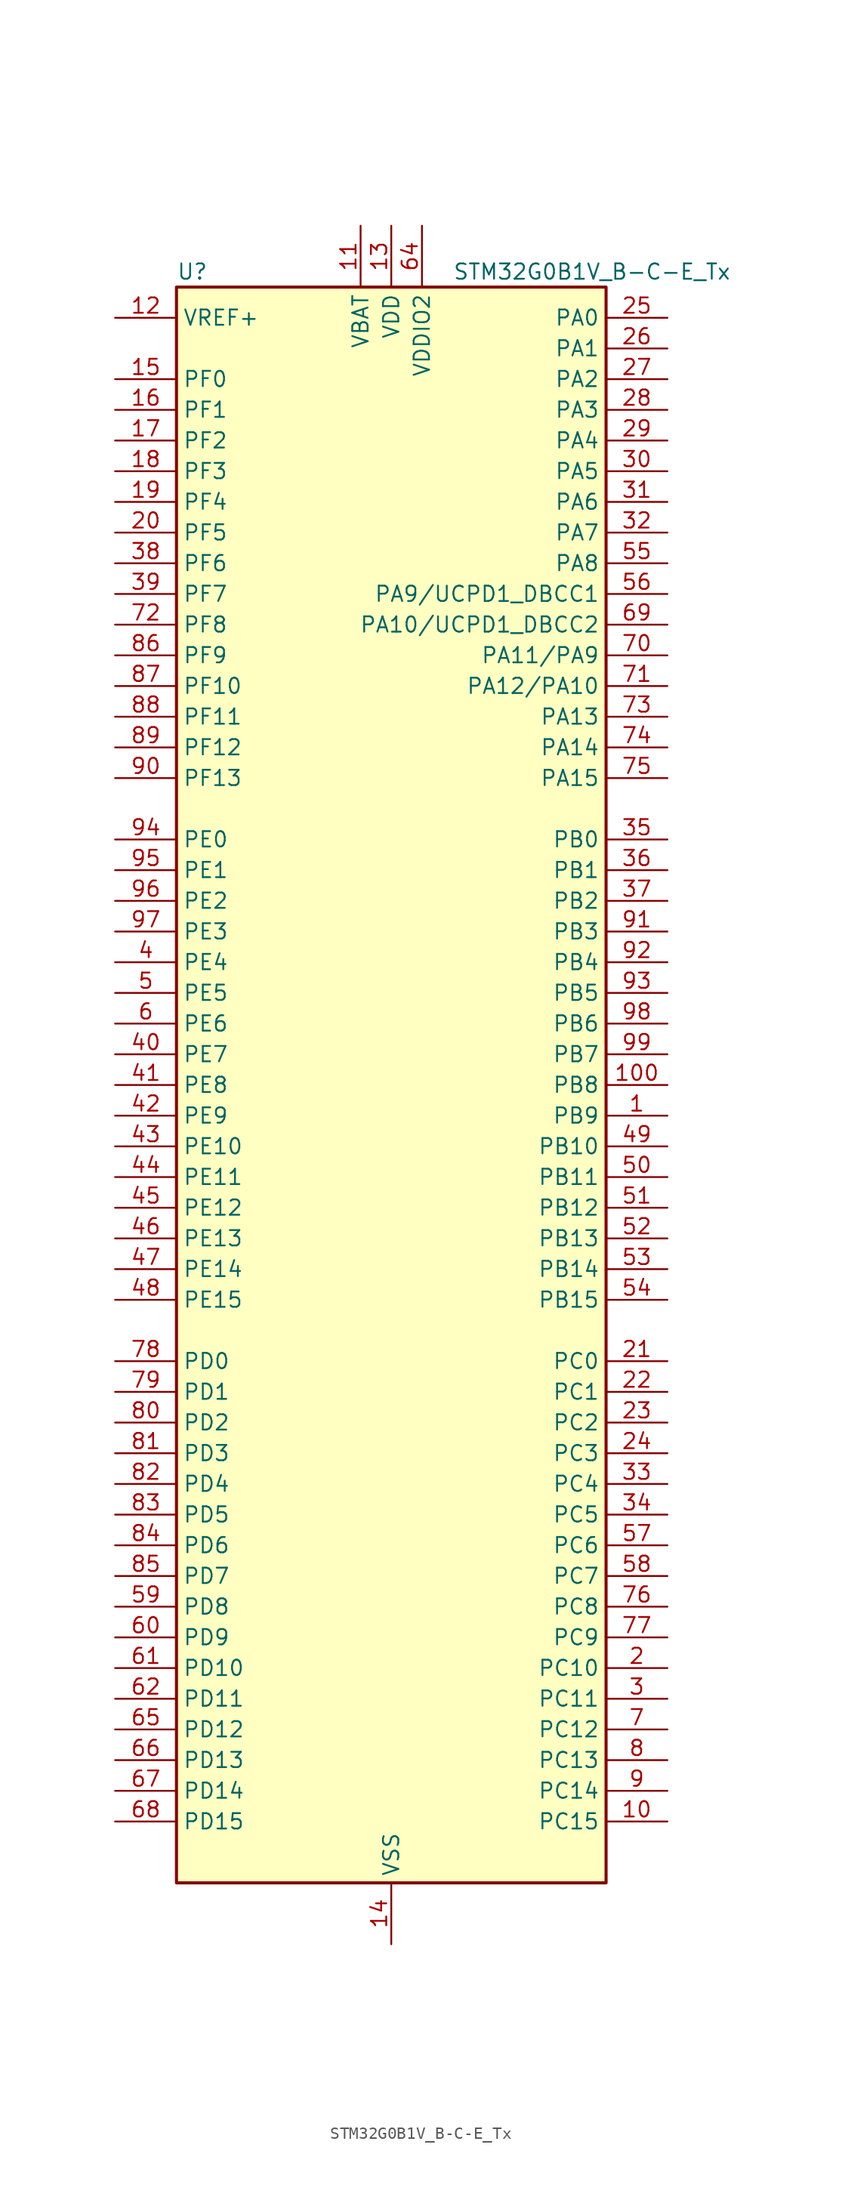
<source format=kicad_sym>
(kicad_symbol_lib
  (version 20220914)
  (generator kicad_symbol_editor)
  (symbol "STM32G0B1V_B-C-E_Tx"
    (property "Reference" "U"
      (at -17.78 67.31 0)
      (effects (font (size 1.27 1.27)) (justify left)))
    (property "Value" "STM32G0B1V_B-C-E_Tx"
      (at 5.08 67.31 0)
      (effects (font (size 1.27 1.27)) (justify left)))
    (property "ki_locked" ""
      (at 0 0 0)
      (effects (font (size 1.27 1.27))))
    (symbol "STM32G0B1V_B-C-E_Tx_0_1"
      (rectangle (start -17.78 -66.04) (end 17.78 66.04) (stroke (width 0.254) (type default)) (fill (type background))))
    (symbol "STM32G0B1V_B-C-E_Tx_1_1"
      (pin bidirectional line (at 22.86 -2.54 180) (length 5.08) (name "PB9" (effects (font (size 1.27 1.27)))) (number "1" (effects (font (size 1.27 1.27)))) (alternate "DAC1_EXTI9" bidirectional line) (alternate "FDCAN1_TX" bidirectional line) (alternate "I2C1_SDA" bidirectional line) (alternate "I2S2_WS" bidirectional line) (alternate "IR_OUT" bidirectional line) (alternate "SPI2_NSS" bidirectional line) (alternate "TIM17_CH1" bidirectional line) (alternate "TIM4_CH4" bidirectional line) (alternate "UCPD2_FRSTX1" bidirectional line) (alternate "UCPD2_FRSTX2" bidirectional line) (alternate "USART3_RX" bidirectional line) (alternate "USART6_RX" bidirectional line))
      (pin bidirectional line (at 22.86 -60.96 180) (length 5.08) (name "PC15" (effects (font (size 1.27 1.27)))) (number "10" (effects (font (size 1.27 1.27)))) (alternate "RCC_OSC32_EN" bidirectional line) (alternate "RCC_OSC32_OUT" bidirectional line) (alternate "RCC_OSC_EN" bidirectional line) (alternate "TIM15_BK" bidirectional line))
      (pin bidirectional line (at 22.86 0 180) (length 5.08) (name "PB8" (effects (font (size 1.27 1.27)))) (number "100" (effects (font (size 1.27 1.27)))) (alternate "CEC" bidirectional line) (alternate "FDCAN1_RX" bidirectional line) (alternate "I2C1_SCL" bidirectional line) (alternate "I2S2_CK" bidirectional line) (alternate "SPI2_SCK" bidirectional line) (alternate "TIM15_BK" bidirectional line) (alternate "TIM16_CH1" bidirectional line) (alternate "TIM4_CH3" bidirectional line) (alternate "USART3_TX" bidirectional line) (alternate "USART6_TX" bidirectional line))
      (pin power_in line (at -2.54 71.12 270) (length 5.08) (name "VBAT" (effects (font (size 1.27 1.27)))) (number "11" (effects (font (size 1.27 1.27)))))
      (pin input line (at -22.86 63.5 0) (length 5.08) (name "VREF+" (effects (font (size 1.27 1.27)))) (number "12" (effects (font (size 1.27 1.27)))) (alternate "VREFBUF_OUT" bidirectional line))
      (pin power_in line (at 0 71.12 270) (length 5.08) (name "VDD" (effects (font (size 1.27 1.27)))) (number "13" (effects (font (size 1.27 1.27)))))
      (pin power_in line (at 0 -71.12 90) (length 5.08) (name "VSS" (effects (font (size 1.27 1.27)))) (number "14" (effects (font (size 1.27 1.27)))))
      (pin bidirectional line (at -22.86 58.42 0) (length 5.08) (name "PF0" (effects (font (size 1.27 1.27)))) (number "15" (effects (font (size 1.27 1.27)))) (alternate "CRS1_SYNC" bidirectional line) (alternate "RCC_OSC_IN" bidirectional line) (alternate "TIM14_CH1" bidirectional line))
      (pin bidirectional line (at -22.86 55.88 0) (length 5.08) (name "PF1" (effects (font (size 1.27 1.27)))) (number "16" (effects (font (size 1.27 1.27)))) (alternate "RCC_OSC_EN" bidirectional line) (alternate "RCC_OSC_OUT" bidirectional line) (alternate "TIM15_CH1N" bidirectional line))
      (pin bidirectional line (at -22.86 53.34 0) (length 5.08) (name "PF2" (effects (font (size 1.27 1.27)))) (number "17" (effects (font (size 1.27 1.27)))) (alternate "LPUART2_DE" bidirectional line) (alternate "LPUART2_RTS" bidirectional line) (alternate "LPUART2_TX" bidirectional line) (alternate "RCC_MCO" bidirectional line))
      (pin bidirectional line (at -22.86 50.8 0) (length 5.08) (name "PF3" (effects (font (size 1.27 1.27)))) (number "18" (effects (font (size 1.27 1.27)))) (alternate "LPUART2_RX" bidirectional line) (alternate "USART6_CK" bidirectional line) (alternate "USART6_DE" bidirectional line) (alternate "USART6_RTS" bidirectional line))
      (pin bidirectional line (at -22.86 48.26 0) (length 5.08) (name "PF4" (effects (font (size 1.27 1.27)))) (number "19" (effects (font (size 1.27 1.27)))) (alternate "LPUART1_TX" bidirectional line))
      (pin bidirectional line (at 22.86 -48.26 180) (length 5.08) (name "PC10" (effects (font (size 1.27 1.27)))) (number "2" (effects (font (size 1.27 1.27)))) (alternate "SPI3_SCK" bidirectional line) (alternate "TIM1_CH3" bidirectional line) (alternate "USART3_TX" bidirectional line) (alternate "USART4_TX" bidirectional line))
      (pin bidirectional line (at -22.86 45.72 0) (length 5.08) (name "PF5" (effects (font (size 1.27 1.27)))) (number "20" (effects (font (size 1.27 1.27)))) (alternate "LPUART1_RX" bidirectional line))
      (pin bidirectional line (at 22.86 -22.86 180) (length 5.08) (name "PC0" (effects (font (size 1.27 1.27)))) (number "21" (effects (font (size 1.27 1.27)))) (alternate "COMP3_INM" bidirectional line) (alternate "COMP3_OUT" bidirectional line) (alternate "I2C3_SCL" bidirectional line) (alternate "LPTIM1_IN1" bidirectional line) (alternate "LPTIM2_IN1" bidirectional line) (alternate "LPUART1_RX" bidirectional line) (alternate "LPUART2_TX" bidirectional line) (alternate "USART6_TX" bidirectional line))
      (pin bidirectional line (at 22.86 -25.4 180) (length 5.08) (name "PC1" (effects (font (size 1.27 1.27)))) (number "22" (effects (font (size 1.27 1.27)))) (alternate "COMP3_INP" bidirectional line) (alternate "I2C3_SDA" bidirectional line) (alternate "LPTIM1_OUT" bidirectional line) (alternate "LPUART1_TX" bidirectional line) (alternate "LPUART2_RX" bidirectional line) (alternate "TIM15_CH1" bidirectional line) (alternate "USART6_RX" bidirectional line))
      (pin bidirectional line (at 22.86 -27.94 180) (length 5.08) (name "PC2" (effects (font (size 1.27 1.27)))) (number "23" (effects (font (size 1.27 1.27)))) (alternate "COMP3_OUT" bidirectional line) (alternate "FDCAN2_RX" bidirectional line) (alternate "I2S2_MCK" bidirectional line) (alternate "LPTIM1_IN2" bidirectional line) (alternate "SPI2_MISO" bidirectional line) (alternate "TIM15_CH2" bidirectional line))
      (pin bidirectional line (at 22.86 -30.48 180) (length 5.08) (name "PC3" (effects (font (size 1.27 1.27)))) (number "24" (effects (font (size 1.27 1.27)))) (alternate "FDCAN2_TX" bidirectional line) (alternate "I2S2_SD" bidirectional line) (alternate "LPTIM1_ETR" bidirectional line) (alternate "LPTIM2_ETR" bidirectional line) (alternate "SPI2_MOSI" bidirectional line))
      (pin bidirectional line (at 22.86 63.5 180) (length 5.08) (name "PA0" (effects (font (size 1.27 1.27)))) (number "25" (effects (font (size 1.27 1.27)))) (alternate "ADC1_IN0" bidirectional line) (alternate "COMP1_INM" bidirectional line) (alternate "COMP1_OUT" bidirectional line) (alternate "I2S2_CK" bidirectional line) (alternate "LPTIM1_OUT" bidirectional line) (alternate "RTC_TAMP_IN2" bidirectional line) (alternate "SPI2_SCK" bidirectional line) (alternate "SYS_WKUP1" bidirectional line) (alternate "TIM2_CH1" bidirectional line) (alternate "TIM2_ETR" bidirectional line) (alternate "UCPD2_FRSTX1" bidirectional line) (alternate "UCPD2_FRSTX2" bidirectional line) (alternate "USART2_CTS" bidirectional line) (alternate "USART2_NSS" bidirectional line) (alternate "USART4_TX" bidirectional line))
      (pin bidirectional line (at 22.86 60.96 180) (length 5.08) (name "PA1" (effects (font (size 1.27 1.27)))) (number "26" (effects (font (size 1.27 1.27)))) (alternate "ADC1_IN1" bidirectional line) (alternate "COMP1_INP" bidirectional line) (alternate "I2C1_SMBA" bidirectional line) (alternate "I2S1_CK" bidirectional line) (alternate "SPI1_SCK" bidirectional line) (alternate "TIM15_CH1N" bidirectional line) (alternate "TIM2_CH2" bidirectional line) (alternate "USART2_CK" bidirectional line) (alternate "USART2_DE" bidirectional line) (alternate "USART2_RTS" bidirectional line) (alternate "USART4_RX" bidirectional line))
      (pin bidirectional line (at 22.86 58.42 180) (length 5.08) (name "PA2" (effects (font (size 1.27 1.27)))) (number "27" (effects (font (size 1.27 1.27)))) (alternate "ADC1_IN2" bidirectional line) (alternate "COMP2_INM" bidirectional line) (alternate "COMP2_OUT" bidirectional line) (alternate "I2S1_SD" bidirectional line) (alternate "LPUART1_TX" bidirectional line) (alternate "RCC_LSCO" bidirectional line) (alternate "SPI1_MOSI" bidirectional line) (alternate "SYS_WKUP4" bidirectional line) (alternate "TIM15_CH1" bidirectional line) (alternate "TIM2_CH3" bidirectional line) (alternate "UCPD1_FRSTX1" bidirectional line) (alternate "UCPD1_FRSTX2" bidirectional line) (alternate "USART2_TX" bidirectional line))
      (pin bidirectional line (at 22.86 55.88 180) (length 5.08) (name "PA3" (effects (font (size 1.27 1.27)))) (number "28" (effects (font (size 1.27 1.27)))) (alternate "ADC1_IN3" bidirectional line) (alternate "COMP2_INP" bidirectional line) (alternate "I2S2_MCK" bidirectional line) (alternate "LPUART1_RX" bidirectional line) (alternate "SPI2_MISO" bidirectional line) (alternate "TIM15_CH2" bidirectional line) (alternate "TIM2_CH4" bidirectional line) (alternate "UCPD2_FRSTX1" bidirectional line) (alternate "UCPD2_FRSTX2" bidirectional line) (alternate "USART2_RX" bidirectional line))
      (pin bidirectional line (at 22.86 53.34 180) (length 5.08) (name "PA4" (effects (font (size 1.27 1.27)))) (number "29" (effects (font (size 1.27 1.27)))) (alternate "ADC1_IN4" bidirectional line) (alternate "DAC1_OUT1" bidirectional line) (alternate "I2S1_WS" bidirectional line) (alternate "I2S2_SD" bidirectional line) (alternate "LPTIM2_OUT" bidirectional line) (alternate "RTC_OUT2" bidirectional line) (alternate "SPI1_NSS" bidirectional line) (alternate "SPI2_MOSI" bidirectional line) (alternate "SPI3_NSS" bidirectional line) (alternate "TIM14_CH1" bidirectional line) (alternate "UCPD2_FRSTX1" bidirectional line) (alternate "UCPD2_FRSTX2" bidirectional line) (alternate "USART6_TX" bidirectional line) (alternate "USB_NOE" bidirectional line))
      (pin bidirectional line (at 22.86 -50.8 180) (length 5.08) (name "PC11" (effects (font (size 1.27 1.27)))) (number "3" (effects (font (size 1.27 1.27)))) (alternate "ADC1_EXTI11" bidirectional line) (alternate "SPI3_MISO" bidirectional line) (alternate "TIM1_CH4" bidirectional line) (alternate "USART3_RX" bidirectional line) (alternate "USART4_RX" bidirectional line))
      (pin bidirectional line (at 22.86 50.8 180) (length 5.08) (name "PA5" (effects (font (size 1.27 1.27)))) (number "30" (effects (font (size 1.27 1.27)))) (alternate "ADC1_IN5" bidirectional line) (alternate "CEC" bidirectional line) (alternate "DAC1_OUT2" bidirectional line) (alternate "I2S1_CK" bidirectional line) (alternate "LPTIM2_ETR" bidirectional line) (alternate "SPI1_SCK" bidirectional line) (alternate "TIM2_CH1" bidirectional line) (alternate "TIM2_ETR" bidirectional line) (alternate "UCPD1_FRSTX1" bidirectional line) (alternate "UCPD1_FRSTX2" bidirectional line) (alternate "USART3_TX" bidirectional line) (alternate "USART6_RX" bidirectional line))
      (pin bidirectional line (at 22.86 48.26 180) (length 5.08) (name "PA6" (effects (font (size 1.27 1.27)))) (number "31" (effects (font (size 1.27 1.27)))) (alternate "ADC1_IN6" bidirectional line) (alternate "COMP1_OUT" bidirectional line) (alternate "I2C2_SDA" bidirectional line) (alternate "I2C3_SDA" bidirectional line) (alternate "I2S1_MCK" bidirectional line) (alternate "LPUART1_CTS" bidirectional line) (alternate "SPI1_MISO" bidirectional line) (alternate "TIM16_CH1" bidirectional line) (alternate "TIM1_BK" bidirectional line) (alternate "TIM3_CH1" bidirectional line) (alternate "USART3_CTS" bidirectional line) (alternate "USART3_NSS" bidirectional line) (alternate "USART6_CTS" bidirectional line) (alternate "USART6_NSS" bidirectional line))
      (pin bidirectional line (at 22.86 45.72 180) (length 5.08) (name "PA7" (effects (font (size 1.27 1.27)))) (number "32" (effects (font (size 1.27 1.27)))) (alternate "ADC1_IN7" bidirectional line) (alternate "COMP2_OUT" bidirectional line) (alternate "I2C2_SCL" bidirectional line) (alternate "I2C3_SCL" bidirectional line) (alternate "I2S1_SD" bidirectional line) (alternate "SPI1_MOSI" bidirectional line) (alternate "TIM14_CH1" bidirectional line) (alternate "TIM17_CH1" bidirectional line) (alternate "TIM1_CH1N" bidirectional line) (alternate "TIM3_CH2" bidirectional line) (alternate "UCPD1_FRSTX1" bidirectional line) (alternate "UCPD1_FRSTX2" bidirectional line) (alternate "USART6_CK" bidirectional line) (alternate "USART6_DE" bidirectional line) (alternate "USART6_RTS" bidirectional line))
      (pin bidirectional line (at 22.86 -33.02 180) (length 5.08) (name "PC4" (effects (font (size 1.27 1.27)))) (number "33" (effects (font (size 1.27 1.27)))) (alternate "ADC1_IN17" bidirectional line) (alternate "COMP1_INM" bidirectional line) (alternate "FDCAN1_RX" bidirectional line) (alternate "TIM2_CH1" bidirectional line) (alternate "TIM2_ETR" bidirectional line) (alternate "USART1_TX" bidirectional line) (alternate "USART3_TX" bidirectional line))
      (pin bidirectional line (at 22.86 -35.56 180) (length 5.08) (name "PC5" (effects (font (size 1.27 1.27)))) (number "34" (effects (font (size 1.27 1.27)))) (alternate "ADC1_IN18" bidirectional line) (alternate "COMP1_INP" bidirectional line) (alternate "FDCAN1_TX" bidirectional line) (alternate "SYS_WKUP5" bidirectional line) (alternate "TIM2_CH2" bidirectional line) (alternate "USART1_RX" bidirectional line) (alternate "USART3_RX" bidirectional line))
      (pin bidirectional line (at 22.86 20.32 180) (length 5.08) (name "PB0" (effects (font (size 1.27 1.27)))) (number "35" (effects (font (size 1.27 1.27)))) (alternate "ADC1_IN8" bidirectional line) (alternate "COMP1_OUT" bidirectional line) (alternate "COMP3_INP" bidirectional line) (alternate "FDCAN2_RX" bidirectional line) (alternate "I2S1_WS" bidirectional line) (alternate "LPTIM1_OUT" bidirectional line) (alternate "LPUART2_CTS" bidirectional line) (alternate "SPI1_NSS" bidirectional line) (alternate "TIM1_CH2N" bidirectional line) (alternate "TIM3_CH3" bidirectional line) (alternate "UCPD1_FRSTX1" bidirectional line) (alternate "UCPD1_FRSTX2" bidirectional line) (alternate "USART3_RX" bidirectional line) (alternate "USART5_TX" bidirectional line))
      (pin bidirectional line (at 22.86 17.78 180) (length 5.08) (name "PB1" (effects (font (size 1.27 1.27)))) (number "36" (effects (font (size 1.27 1.27)))) (alternate "ADC1_IN9" bidirectional line) (alternate "COMP1_INM" bidirectional line) (alternate "COMP3_OUT" bidirectional line) (alternate "FDCAN2_TX" bidirectional line) (alternate "LPTIM2_IN1" bidirectional line) (alternate "LPUART1_DE" bidirectional line) (alternate "LPUART1_RTS" bidirectional line) (alternate "LPUART2_DE" bidirectional line) (alternate "LPUART2_RTS" bidirectional line) (alternate "TIM14_CH1" bidirectional line) (alternate "TIM1_CH3N" bidirectional line) (alternate "TIM3_CH4" bidirectional line) (alternate "USART3_CK" bidirectional line) (alternate "USART3_DE" bidirectional line) (alternate "USART3_RTS" bidirectional line) (alternate "USART5_RX" bidirectional line))
      (pin bidirectional line (at 22.86 15.24 180) (length 5.08) (name "PB2" (effects (font (size 1.27 1.27)))) (number "37" (effects (font (size 1.27 1.27)))) (alternate "ADC1_IN10" bidirectional line) (alternate "COMP1_INP" bidirectional line) (alternate "COMP3_INM" bidirectional line) (alternate "I2S2_MCK" bidirectional line) (alternate "LPTIM1_OUT" bidirectional line) (alternate "RCC_MCO_2" bidirectional line) (alternate "SPI2_MISO" bidirectional line) (alternate "USART3_TX" bidirectional line))
      (pin bidirectional line (at -22.86 43.18 0) (length 5.08) (name "PF6" (effects (font (size 1.27 1.27)))) (number "38" (effects (font (size 1.27 1.27)))) (alternate "LPUART1_DE" bidirectional line) (alternate "LPUART1_RTS" bidirectional line))
      (pin bidirectional line (at -22.86 40.64 0) (length 5.08) (name "PF7" (effects (font (size 1.27 1.27)))) (number "39" (effects (font (size 1.27 1.27)))) (alternate "LPUART1_CTS" bidirectional line) (alternate "USART5_CTS" bidirectional line) (alternate "USART5_NSS" bidirectional line))
      (pin bidirectional line (at -22.86 10.16 0) (length 5.08) (name "PE4" (effects (font (size 1.27 1.27)))) (number "4" (effects (font (size 1.27 1.27)))) (alternate "TIM3_CH2" bidirectional line))
      (pin bidirectional line (at -22.86 2.54 0) (length 5.08) (name "PE7" (effects (font (size 1.27 1.27)))) (number "40" (effects (font (size 1.27 1.27)))) (alternate "COMP3_INP" bidirectional line) (alternate "TIM1_ETR" bidirectional line) (alternate "USART5_CK" bidirectional line) (alternate "USART5_DE" bidirectional line) (alternate "USART5_RTS" bidirectional line))
      (pin bidirectional line (at -22.86 0 0) (length 5.08) (name "PE8" (effects (font (size 1.27 1.27)))) (number "41" (effects (font (size 1.27 1.27)))) (alternate "COMP3_INM" bidirectional line) (alternate "TIM1_CH1N" bidirectional line) (alternate "USART4_TX" bidirectional line))
      (pin bidirectional line (at -22.86 -2.54 0) (length 5.08) (name "PE9" (effects (font (size 1.27 1.27)))) (number "42" (effects (font (size 1.27 1.27)))) (alternate "DAC1_EXTI9" bidirectional line) (alternate "TIM1_CH1" bidirectional line) (alternate "USART4_RX" bidirectional line))
      (pin bidirectional line (at -22.86 -5.08 0) (length 5.08) (name "PE10" (effects (font (size 1.27 1.27)))) (number "43" (effects (font (size 1.27 1.27)))) (alternate "TIM1_CH2N" bidirectional line) (alternate "USART5_TX" bidirectional line))
      (pin bidirectional line (at -22.86 -7.62 0) (length 5.08) (name "PE11" (effects (font (size 1.27 1.27)))) (number "44" (effects (font (size 1.27 1.27)))) (alternate "ADC1_EXTI11" bidirectional line) (alternate "TIM1_CH2" bidirectional line) (alternate "USART5_RX" bidirectional line))
      (pin bidirectional line (at -22.86 -10.16 0) (length 5.08) (name "PE12" (effects (font (size 1.27 1.27)))) (number "45" (effects (font (size 1.27 1.27)))) (alternate "I2S1_WS" bidirectional line) (alternate "SPI1_NSS" bidirectional line) (alternate "TIM1_CH3N" bidirectional line))
      (pin bidirectional line (at -22.86 -12.7 0) (length 5.08) (name "PE13" (effects (font (size 1.27 1.27)))) (number "46" (effects (font (size 1.27 1.27)))) (alternate "I2S1_CK" bidirectional line) (alternate "SPI1_SCK" bidirectional line) (alternate "TIM1_CH3" bidirectional line))
      (pin bidirectional line (at -22.86 -15.24 0) (length 5.08) (name "PE14" (effects (font (size 1.27 1.27)))) (number "47" (effects (font (size 1.27 1.27)))) (alternate "I2S1_MCK" bidirectional line) (alternate "SPI1_MISO" bidirectional line) (alternate "TIM1_BK2" bidirectional line) (alternate "TIM1_CH4" bidirectional line))
      (pin bidirectional line (at -22.86 -17.78 0) (length 5.08) (name "PE15" (effects (font (size 1.27 1.27)))) (number "48" (effects (font (size 1.27 1.27)))) (alternate "I2S1_SD" bidirectional line) (alternate "SPI1_MOSI" bidirectional line) (alternate "TIM1_BK" bidirectional line))
      (pin bidirectional line (at 22.86 -5.08 180) (length 5.08) (name "PB10" (effects (font (size 1.27 1.27)))) (number "49" (effects (font (size 1.27 1.27)))) (alternate "ADC1_IN11" bidirectional line) (alternate "CEC" bidirectional line) (alternate "COMP1_OUT" bidirectional line) (alternate "I2C2_SCL" bidirectional line) (alternate "I2S2_CK" bidirectional line) (alternate "LPUART1_RX" bidirectional line) (alternate "SPI2_SCK" bidirectional line) (alternate "TIM2_CH3" bidirectional line) (alternate "USART3_TX" bidirectional line))
      (pin bidirectional line (at -22.86 7.62 0) (length 5.08) (name "PE5" (effects (font (size 1.27 1.27)))) (number "5" (effects (font (size 1.27 1.27)))) (alternate "TIM3_CH3" bidirectional line))
      (pin bidirectional line (at 22.86 -7.62 180) (length 5.08) (name "PB11" (effects (font (size 1.27 1.27)))) (number "50" (effects (font (size 1.27 1.27)))) (alternate "ADC1_EXTI11" bidirectional line) (alternate "ADC1_IN15" bidirectional line) (alternate "COMP2_OUT" bidirectional line) (alternate "I2C2_SDA" bidirectional line) (alternate "I2S2_SD" bidirectional line) (alternate "LPUART1_TX" bidirectional line) (alternate "SPI2_MOSI" bidirectional line) (alternate "TIM2_CH4" bidirectional line) (alternate "USART3_RX" bidirectional line))
      (pin bidirectional line (at 22.86 -10.16 180) (length 5.08) (name "PB12" (effects (font (size 1.27 1.27)))) (number "51" (effects (font (size 1.27 1.27)))) (alternate "ADC1_IN16" bidirectional line) (alternate "FDCAN2_RX" bidirectional line) (alternate "I2C2_SMBA" bidirectional line) (alternate "I2S2_WS" bidirectional line) (alternate "LPUART1_DE" bidirectional line) (alternate "LPUART1_RTS" bidirectional line) (alternate "SPI2_NSS" bidirectional line) (alternate "TIM15_BK" bidirectional line) (alternate "TIM1_BK" bidirectional line) (alternate "UCPD2_FRSTX1" bidirectional line) (alternate "UCPD2_FRSTX2" bidirectional line))
      (pin bidirectional line (at 22.86 -12.7 180) (length 5.08) (name "PB13" (effects (font (size 1.27 1.27)))) (number "52" (effects (font (size 1.27 1.27)))) (alternate "FDCAN2_TX" bidirectional line) (alternate "I2C2_SCL" bidirectional line) (alternate "I2S2_CK" bidirectional line) (alternate "LPUART1_CTS" bidirectional line) (alternate "SPI2_SCK" bidirectional line) (alternate "TIM15_CH1N" bidirectional line) (alternate "TIM1_CH1N" bidirectional line) (alternate "USART3_CTS" bidirectional line) (alternate "USART3_NSS" bidirectional line))
      (pin bidirectional line (at 22.86 -15.24 180) (length 5.08) (name "PB14" (effects (font (size 1.27 1.27)))) (number "53" (effects (font (size 1.27 1.27)))) (alternate "I2C2_SDA" bidirectional line) (alternate "I2S2_MCK" bidirectional line) (alternate "SPI2_MISO" bidirectional line) (alternate "TIM15_CH1" bidirectional line) (alternate "TIM1_CH2N" bidirectional line) (alternate "UCPD1_FRSTX1" bidirectional line) (alternate "UCPD1_FRSTX2" bidirectional line) (alternate "USART3_CK" bidirectional line) (alternate "USART3_DE" bidirectional line) (alternate "USART3_RTS" bidirectional line) (alternate "USART6_CK" bidirectional line) (alternate "USART6_DE" bidirectional line) (alternate "USART6_RTS" bidirectional line))
      (pin bidirectional line (at 22.86 -17.78 180) (length 5.08) (name "PB15" (effects (font (size 1.27 1.27)))) (number "54" (effects (font (size 1.27 1.27)))) (alternate "I2S2_SD" bidirectional line) (alternate "RTC_REFIN" bidirectional line) (alternate "SPI2_MOSI" bidirectional line) (alternate "TIM15_CH1N" bidirectional line) (alternate "TIM15_CH2" bidirectional line) (alternate "TIM1_CH3N" bidirectional line) (alternate "UCPD1_CC2" bidirectional line) (alternate "USART6_CTS" bidirectional line) (alternate "USART6_NSS" bidirectional line))
      (pin bidirectional line (at 22.86 43.18 180) (length 5.08) (name "PA8" (effects (font (size 1.27 1.27)))) (number "55" (effects (font (size 1.27 1.27)))) (alternate "CRS1_SYNC" bidirectional line) (alternate "I2C2_SMBA" bidirectional line) (alternate "I2S2_WS" bidirectional line) (alternate "LPTIM2_OUT" bidirectional line) (alternate "RCC_MCO" bidirectional line) (alternate "SPI2_NSS" bidirectional line) (alternate "TIM1_CH1" bidirectional line) (alternate "UCPD1_CC1" bidirectional line))
      (pin bidirectional line (at 22.86 40.64 180) (length 5.08) (name "PA9/UCPD1_DBCC1" (effects (font (size 1.27 1.27)))) (number "56" (effects (font (size 1.27 1.27)))) (alternate "DAC1_EXTI9" bidirectional line) (alternate "I2C1_SCL" bidirectional line) (alternate "I2C2_SCL" bidirectional line) (alternate "I2S2_MCK" bidirectional line) (alternate "RCC_MCO" bidirectional line) (alternate "SPI2_MISO" bidirectional line) (alternate "TIM15_BK" bidirectional line) (alternate "TIM1_CH2" bidirectional line) (alternate "UCPD1_DBCC1" bidirectional line) (alternate "USART1_TX" bidirectional line))
      (pin bidirectional line (at 22.86 -38.1 180) (length 5.08) (name "PC6" (effects (font (size 1.27 1.27)))) (number "57" (effects (font (size 1.27 1.27)))) (alternate "LPUART2_TX" bidirectional line) (alternate "TIM2_CH3" bidirectional line) (alternate "TIM3_CH1" bidirectional line) (alternate "UCPD1_FRSTX1" bidirectional line) (alternate "UCPD1_FRSTX2" bidirectional line))
      (pin bidirectional line (at 22.86 -40.64 180) (length 5.08) (name "PC7" (effects (font (size 1.27 1.27)))) (number "58" (effects (font (size 1.27 1.27)))) (alternate "LPUART2_RX" bidirectional line) (alternate "TIM2_CH4" bidirectional line) (alternate "TIM3_CH2" bidirectional line) (alternate "UCPD2_FRSTX1" bidirectional line) (alternate "UCPD2_FRSTX2" bidirectional line))
      (pin bidirectional line (at -22.86 -43.18 0) (length 5.08) (name "PD8" (effects (font (size 1.27 1.27)))) (number "59" (effects (font (size 1.27 1.27)))) (alternate "I2S1_CK" bidirectional line) (alternate "LPTIM1_OUT" bidirectional line) (alternate "SPI1_SCK" bidirectional line) (alternate "USART3_TX" bidirectional line))
      (pin bidirectional line (at -22.86 5.08 0) (length 5.08) (name "PE6" (effects (font (size 1.27 1.27)))) (number "6" (effects (font (size 1.27 1.27)))) (alternate "RTC_TAMP_IN3" bidirectional line) (alternate "SYS_WKUP3" bidirectional line) (alternate "TIM3_CH4" bidirectional line))
      (pin bidirectional line (at -22.86 -45.72 0) (length 5.08) (name "PD9" (effects (font (size 1.27 1.27)))) (number "60" (effects (font (size 1.27 1.27)))) (alternate "DAC1_EXTI9" bidirectional line) (alternate "I2S1_WS" bidirectional line) (alternate "SPI1_NSS" bidirectional line) (alternate "TIM1_BK2" bidirectional line) (alternate "USART3_RX" bidirectional line))
      (pin bidirectional line (at -22.86 -48.26 0) (length 5.08) (name "PD10" (effects (font (size 1.27 1.27)))) (number "61" (effects (font (size 1.27 1.27)))) (alternate "RCC_MCO" bidirectional line))
      (pin bidirectional line (at -22.86 -50.8 0) (length 5.08) (name "PD11" (effects (font (size 1.27 1.27)))) (number "62" (effects (font (size 1.27 1.27)))) (alternate "ADC1_EXTI11" bidirectional line) (alternate "LPTIM2_ETR" bidirectional line) (alternate "USART3_CTS" bidirectional line) (alternate "USART3_NSS" bidirectional line))
      (pin passive line (at 0 -71.12 90) (length 5.08) hide (name "VSS" (effects (font (size 1.27 1.27)))) (number "63" (effects (font (size 1.27 1.27)))))
      (pin power_in line (at 2.54 71.12 270) (length 5.08) (name "VDDIO2" (effects (font (size 1.27 1.27)))) (number "64" (effects (font (size 1.27 1.27)))))
      (pin bidirectional line (at -22.86 -53.34 0) (length 5.08) (name "PD12" (effects (font (size 1.27 1.27)))) (number "65" (effects (font (size 1.27 1.27)))) (alternate "FDCAN1_RX" bidirectional line) (alternate "LPTIM2_IN1" bidirectional line) (alternate "TIM4_CH1" bidirectional line) (alternate "USART3_CK" bidirectional line) (alternate "USART3_DE" bidirectional line) (alternate "USART3_RTS" bidirectional line))
      (pin bidirectional line (at -22.86 -55.88 0) (length 5.08) (name "PD13" (effects (font (size 1.27 1.27)))) (number "66" (effects (font (size 1.27 1.27)))) (alternate "FDCAN1_TX" bidirectional line) (alternate "LPTIM2_OUT" bidirectional line) (alternate "TIM4_CH2" bidirectional line))
      (pin bidirectional line (at -22.86 -58.42 0) (length 5.08) (name "PD14" (effects (font (size 1.27 1.27)))) (number "67" (effects (font (size 1.27 1.27)))) (alternate "FDCAN2_RX" bidirectional line) (alternate "LPUART2_CTS" bidirectional line) (alternate "TIM4_CH3" bidirectional line))
      (pin bidirectional line (at -22.86 -60.96 0) (length 5.08) (name "PD15" (effects (font (size 1.27 1.27)))) (number "68" (effects (font (size 1.27 1.27)))) (alternate "CRS1_SYNC" bidirectional line) (alternate "FDCAN2_TX" bidirectional line) (alternate "LPUART2_DE" bidirectional line) (alternate "LPUART2_RTS" bidirectional line) (alternate "TIM4_CH4" bidirectional line))
      (pin bidirectional line (at 22.86 38.1 180) (length 5.08) (name "PA10/UCPD1_DBCC2" (effects (font (size 1.27 1.27)))) (number "69" (effects (font (size 1.27 1.27)))) (alternate "I2C1_SDA" bidirectional line) (alternate "I2C2_SDA" bidirectional line) (alternate "I2S2_SD" bidirectional line) (alternate "RCC_MCO_2" bidirectional line) (alternate "SPI2_MOSI" bidirectional line) (alternate "TIM17_BK" bidirectional line) (alternate "TIM1_CH3" bidirectional line) (alternate "UCPD1_DBCC2" bidirectional line) (alternate "USART1_RX" bidirectional line))
      (pin bidirectional line (at 22.86 -53.34 180) (length 5.08) (name "PC12" (effects (font (size 1.27 1.27)))) (number "7" (effects (font (size 1.27 1.27)))) (alternate "LPTIM1_IN1" bidirectional line) (alternate "SPI3_MOSI" bidirectional line) (alternate "TIM14_CH1" bidirectional line) (alternate "UCPD1_FRSTX1" bidirectional line) (alternate "UCPD1_FRSTX2" bidirectional line) (alternate "USART5_TX" bidirectional line))
      (pin bidirectional line (at 22.86 35.56 180) (length 5.08) (name "PA11/PA9" (effects (font (size 1.27 1.27)))) (number "70" (effects (font (size 1.27 1.27)))) (alternate "ADC1_EXTI11" bidirectional line) (alternate "COMP1_OUT" bidirectional line) (alternate "FDCAN1_RX" bidirectional line) (alternate "I2C2_SCL" bidirectional line) (alternate "I2S1_MCK" bidirectional line) (alternate "SPI1_MISO" bidirectional line) (alternate "TIM1_BK2" bidirectional line) (alternate "TIM1_CH4" bidirectional line) (alternate "USART1_CTS" bidirectional line) (alternate "USART1_NSS" bidirectional line) (alternate "USB_DM" bidirectional line))
      (pin bidirectional line (at 22.86 33.02 180) (length 5.08) (name "PA12/PA10" (effects (font (size 1.27 1.27)))) (number "71" (effects (font (size 1.27 1.27)))) (alternate "COMP2_OUT" bidirectional line) (alternate "FDCAN1_TX" bidirectional line) (alternate "I2C2_SDA" bidirectional line) (alternate "I2S1_SD" bidirectional line) (alternate "I2S_CKIN" bidirectional line) (alternate "SPI1_MOSI" bidirectional line) (alternate "TIM1_ETR" bidirectional line) (alternate "USART1_CK" bidirectional line) (alternate "USART1_DE" bidirectional line) (alternate "USART1_RTS" bidirectional line) (alternate "USB_DP" bidirectional line))
      (pin bidirectional line (at -22.86 38.1 0) (length 5.08) (name "PF8" (effects (font (size 1.27 1.27)))) (number "72" (effects (font (size 1.27 1.27)))))
      (pin bidirectional line (at 22.86 30.48 180) (length 5.08) (name "PA13" (effects (font (size 1.27 1.27)))) (number "73" (effects (font (size 1.27 1.27)))) (alternate "IR_OUT" bidirectional line) (alternate "LPUART2_RX" bidirectional line) (alternate "SYS_SWDIO" bidirectional line) (alternate "USB_NOE" bidirectional line))
      (pin bidirectional line (at 22.86 27.94 180) (length 5.08) (name "PA14" (effects (font (size 1.27 1.27)))) (number "74" (effects (font (size 1.27 1.27)))) (alternate "LPUART2_TX" bidirectional line) (alternate "SYS_SWCLK" bidirectional line) (alternate "USART2_TX" bidirectional line))
      (pin bidirectional line (at 22.86 25.4 180) (length 5.08) (name "PA15" (effects (font (size 1.27 1.27)))) (number "75" (effects (font (size 1.27 1.27)))) (alternate "I2C2_SMBA" bidirectional line) (alternate "I2S1_WS" bidirectional line) (alternate "RCC_MCO_2" bidirectional line) (alternate "SPI1_NSS" bidirectional line) (alternate "SPI3_NSS" bidirectional line) (alternate "TIM2_CH1" bidirectional line) (alternate "TIM2_ETR" bidirectional line) (alternate "USART2_RX" bidirectional line) (alternate "USART3_CK" bidirectional line) (alternate "USART3_DE" bidirectional line) (alternate "USART3_RTS" bidirectional line) (alternate "USART4_CK" bidirectional line) (alternate "USART4_DE" bidirectional line) (alternate "USART4_RTS" bidirectional line) (alternate "USB_NOE" bidirectional line))
      (pin bidirectional line (at 22.86 -43.18 180) (length 5.08) (name "PC8" (effects (font (size 1.27 1.27)))) (number "76" (effects (font (size 1.27 1.27)))) (alternate "LPUART2_CTS" bidirectional line) (alternate "TIM1_CH1" bidirectional line) (alternate "TIM3_CH3" bidirectional line) (alternate "UCPD2_FRSTX1" bidirectional line) (alternate "UCPD2_FRSTX2" bidirectional line))
      (pin bidirectional line (at 22.86 -45.72 180) (length 5.08) (name "PC9" (effects (font (size 1.27 1.27)))) (number "77" (effects (font (size 1.27 1.27)))) (alternate "DAC1_EXTI9" bidirectional line) (alternate "I2S_CKIN" bidirectional line) (alternate "LPUART2_DE" bidirectional line) (alternate "LPUART2_RTS" bidirectional line) (alternate "TIM1_CH2" bidirectional line) (alternate "TIM3_CH4" bidirectional line) (alternate "USB_NOE" bidirectional line))
      (pin bidirectional line (at -22.86 -22.86 0) (length 5.08) (name "PD0" (effects (font (size 1.27 1.27)))) (number "78" (effects (font (size 1.27 1.27)))) (alternate "FDCAN1_RX" bidirectional line) (alternate "I2S2_WS" bidirectional line) (alternate "SPI2_NSS" bidirectional line) (alternate "TIM16_CH1" bidirectional line) (alternate "UCPD2_CC1" bidirectional line))
      (pin bidirectional line (at -22.86 -25.4 0) (length 5.08) (name "PD1" (effects (font (size 1.27 1.27)))) (number "79" (effects (font (size 1.27 1.27)))) (alternate "FDCAN1_TX" bidirectional line) (alternate "I2S2_CK" bidirectional line) (alternate "SPI2_SCK" bidirectional line) (alternate "TIM17_CH1" bidirectional line) (alternate "UCPD2_DBCC1" bidirectional line))
      (pin bidirectional line (at 22.86 -55.88 180) (length 5.08) (name "PC13" (effects (font (size 1.27 1.27)))) (number "8" (effects (font (size 1.27 1.27)))) (alternate "RTC_OUT1" bidirectional line) (alternate "RTC_TAMP_IN1" bidirectional line) (alternate "RTC_TS" bidirectional line) (alternate "SYS_WKUP2" bidirectional line) (alternate "TIM1_BK" bidirectional line))
      (pin bidirectional line (at -22.86 -27.94 0) (length 5.08) (name "PD2" (effects (font (size 1.27 1.27)))) (number "80" (effects (font (size 1.27 1.27)))) (alternate "TIM1_CH1N" bidirectional line) (alternate "TIM3_ETR" bidirectional line) (alternate "UCPD2_CC2" bidirectional line) (alternate "USART3_CK" bidirectional line) (alternate "USART3_DE" bidirectional line) (alternate "USART3_RTS" bidirectional line) (alternate "USART5_RX" bidirectional line))
      (pin bidirectional line (at -22.86 -30.48 0) (length 5.08) (name "PD3" (effects (font (size 1.27 1.27)))) (number "81" (effects (font (size 1.27 1.27)))) (alternate "I2S2_MCK" bidirectional line) (alternate "SPI2_MISO" bidirectional line) (alternate "TIM1_CH2N" bidirectional line) (alternate "UCPD2_DBCC2" bidirectional line) (alternate "USART2_CTS" bidirectional line) (alternate "USART2_NSS" bidirectional line) (alternate "USART5_TX" bidirectional line))
      (pin bidirectional line (at -22.86 -33.02 0) (length 5.08) (name "PD4" (effects (font (size 1.27 1.27)))) (number "82" (effects (font (size 1.27 1.27)))) (alternate "I2S2_SD" bidirectional line) (alternate "SPI2_MOSI" bidirectional line) (alternate "TIM1_CH3N" bidirectional line) (alternate "USART2_CK" bidirectional line) (alternate "USART2_DE" bidirectional line) (alternate "USART2_RTS" bidirectional line) (alternate "USART5_CK" bidirectional line) (alternate "USART5_DE" bidirectional line) (alternate "USART5_RTS" bidirectional line))
      (pin bidirectional line (at -22.86 -35.56 0) (length 5.08) (name "PD5" (effects (font (size 1.27 1.27)))) (number "83" (effects (font (size 1.27 1.27)))) (alternate "I2S1_MCK" bidirectional line) (alternate "SPI1_MISO" bidirectional line) (alternate "TIM1_BK" bidirectional line) (alternate "USART2_TX" bidirectional line) (alternate "USART5_CTS" bidirectional line) (alternate "USART5_NSS" bidirectional line))
      (pin bidirectional line (at -22.86 -38.1 0) (length 5.08) (name "PD6" (effects (font (size 1.27 1.27)))) (number "84" (effects (font (size 1.27 1.27)))) (alternate "I2S1_SD" bidirectional line) (alternate "LPTIM2_OUT" bidirectional line) (alternate "SPI1_MOSI" bidirectional line) (alternate "USART2_RX" bidirectional line))
      (pin bidirectional line (at -22.86 -40.64 0) (length 5.08) (name "PD7" (effects (font (size 1.27 1.27)))) (number "85" (effects (font (size 1.27 1.27)))) (alternate "RCC_MCO_2" bidirectional line))
      (pin bidirectional line (at -22.86 35.56 0) (length 5.08) (name "PF9" (effects (font (size 1.27 1.27)))) (number "86" (effects (font (size 1.27 1.27)))) (alternate "DAC1_EXTI9" bidirectional line) (alternate "USART6_TX" bidirectional line))
      (pin bidirectional line (at -22.86 33.02 0) (length 5.08) (name "PF10" (effects (font (size 1.27 1.27)))) (number "87" (effects (font (size 1.27 1.27)))) (alternate "USART6_RX" bidirectional line))
      (pin bidirectional line (at -22.86 30.48 0) (length 5.08) (name "PF11" (effects (font (size 1.27 1.27)))) (number "88" (effects (font (size 1.27 1.27)))) (alternate "ADC1_EXTI11" bidirectional line) (alternate "USART6_CK" bidirectional line) (alternate "USART6_DE" bidirectional line) (alternate "USART6_RTS" bidirectional line))
      (pin bidirectional line (at -22.86 27.94 0) (length 5.08) (name "PF12" (effects (font (size 1.27 1.27)))) (number "89" (effects (font (size 1.27 1.27)))) (alternate "TIM15_CH1" bidirectional line) (alternate "USART6_CTS" bidirectional line) (alternate "USART6_NSS" bidirectional line))
      (pin bidirectional line (at 22.86 -58.42 180) (length 5.08) (name "PC14" (effects (font (size 1.27 1.27)))) (number "9" (effects (font (size 1.27 1.27)))) (alternate "RCC_OSC32_IN" bidirectional line) (alternate "TIM1_BK2" bidirectional line))
      (pin bidirectional line (at -22.86 25.4 0) (length 5.08) (name "PF13" (effects (font (size 1.27 1.27)))) (number "90" (effects (font (size 1.27 1.27)))) (alternate "TIM15_CH2" bidirectional line))
      (pin bidirectional line (at 22.86 12.7 180) (length 5.08) (name "PB3" (effects (font (size 1.27 1.27)))) (number "91" (effects (font (size 1.27 1.27)))) (alternate "COMP2_INM" bidirectional line) (alternate "I2C2_SCL" bidirectional line) (alternate "I2C3_SCL" bidirectional line) (alternate "I2S1_CK" bidirectional line) (alternate "SPI1_SCK" bidirectional line) (alternate "SPI3_SCK" bidirectional line) (alternate "TIM1_CH2" bidirectional line) (alternate "TIM2_CH2" bidirectional line) (alternate "USART1_CK" bidirectional line) (alternate "USART1_DE" bidirectional line) (alternate "USART1_RTS" bidirectional line) (alternate "USART5_TX" bidirectional line))
      (pin bidirectional line (at 22.86 10.16 180) (length 5.08) (name "PB4" (effects (font (size 1.27 1.27)))) (number "92" (effects (font (size 1.27 1.27)))) (alternate "COMP2_INP" bidirectional line) (alternate "I2C2_SDA" bidirectional line) (alternate "I2C3_SDA" bidirectional line) (alternate "I2S1_MCK" bidirectional line) (alternate "SPI1_MISO" bidirectional line) (alternate "SPI3_MISO" bidirectional line) (alternate "TIM17_BK" bidirectional line) (alternate "TIM3_CH1" bidirectional line) (alternate "USART1_CTS" bidirectional line) (alternate "USART1_NSS" bidirectional line) (alternate "USART5_RX" bidirectional line))
      (pin bidirectional line (at 22.86 7.62 180) (length 5.08) (name "PB5" (effects (font (size 1.27 1.27)))) (number "93" (effects (font (size 1.27 1.27)))) (alternate "COMP2_OUT" bidirectional line) (alternate "FDCAN2_RX" bidirectional line) (alternate "I2C1_SMBA" bidirectional line) (alternate "I2S1_SD" bidirectional line) (alternate "LPTIM1_IN1" bidirectional line) (alternate "SPI1_MOSI" bidirectional line) (alternate "SPI3_MOSI" bidirectional line) (alternate "SYS_WKUP6" bidirectional line) (alternate "TIM16_BK" bidirectional line) (alternate "TIM3_CH2" bidirectional line) (alternate "USART5_CK" bidirectional line) (alternate "USART5_DE" bidirectional line) (alternate "USART5_RTS" bidirectional line))
      (pin bidirectional line (at -22.86 20.32 0) (length 5.08) (name "PE0" (effects (font (size 1.27 1.27)))) (number "94" (effects (font (size 1.27 1.27)))) (alternate "TIM16_CH1" bidirectional line) (alternate "TIM4_ETR" bidirectional line))
      (pin bidirectional line (at -22.86 17.78 0) (length 5.08) (name "PE1" (effects (font (size 1.27 1.27)))) (number "95" (effects (font (size 1.27 1.27)))) (alternate "TIM17_CH1" bidirectional line))
      (pin bidirectional line (at -22.86 15.24 0) (length 5.08) (name "PE2" (effects (font (size 1.27 1.27)))) (number "96" (effects (font (size 1.27 1.27)))) (alternate "TIM3_ETR" bidirectional line))
      (pin bidirectional line (at -22.86 12.7 0) (length 5.08) (name "PE3" (effects (font (size 1.27 1.27)))) (number "97" (effects (font (size 1.27 1.27)))) (alternate "TIM3_CH1" bidirectional line))
      (pin bidirectional line (at 22.86 5.08 180) (length 5.08) (name "PB6" (effects (font (size 1.27 1.27)))) (number "98" (effects (font (size 1.27 1.27)))) (alternate "COMP2_INP" bidirectional line) (alternate "FDCAN2_TX" bidirectional line) (alternate "I2C1_SCL" bidirectional line) (alternate "I2S2_MCK" bidirectional line) (alternate "LPTIM1_ETR" bidirectional line) (alternate "LPUART2_TX" bidirectional line) (alternate "SPI2_MISO" bidirectional line) (alternate "TIM16_CH1N" bidirectional line) (alternate "TIM1_CH3" bidirectional line) (alternate "TIM4_CH1" bidirectional line) (alternate "USART1_TX" bidirectional line) (alternate "USART5_CTS" bidirectional line) (alternate "USART5_NSS" bidirectional line))
      (pin bidirectional line (at 22.86 2.54 180) (length 5.08) (name "PB7" (effects (font (size 1.27 1.27)))) (number "99" (effects (font (size 1.27 1.27)))) (alternate "COMP2_INM" bidirectional line) (alternate "I2C1_SDA" bidirectional line) (alternate "I2S2_SD" bidirectional line) (alternate "LPTIM1_IN2" bidirectional line) (alternate "LPUART2_RX" bidirectional line) (alternate "SPI2_MOSI" bidirectional line) (alternate "SYS_PVD_IN" bidirectional line) (alternate "TIM17_CH1N" bidirectional line) (alternate "TIM4_CH2" bidirectional line) (alternate "USART1_RX" bidirectional line) (alternate "USART4_CTS" bidirectional line) (alternate "USART4_NSS" bidirectional line)))))
</source>
